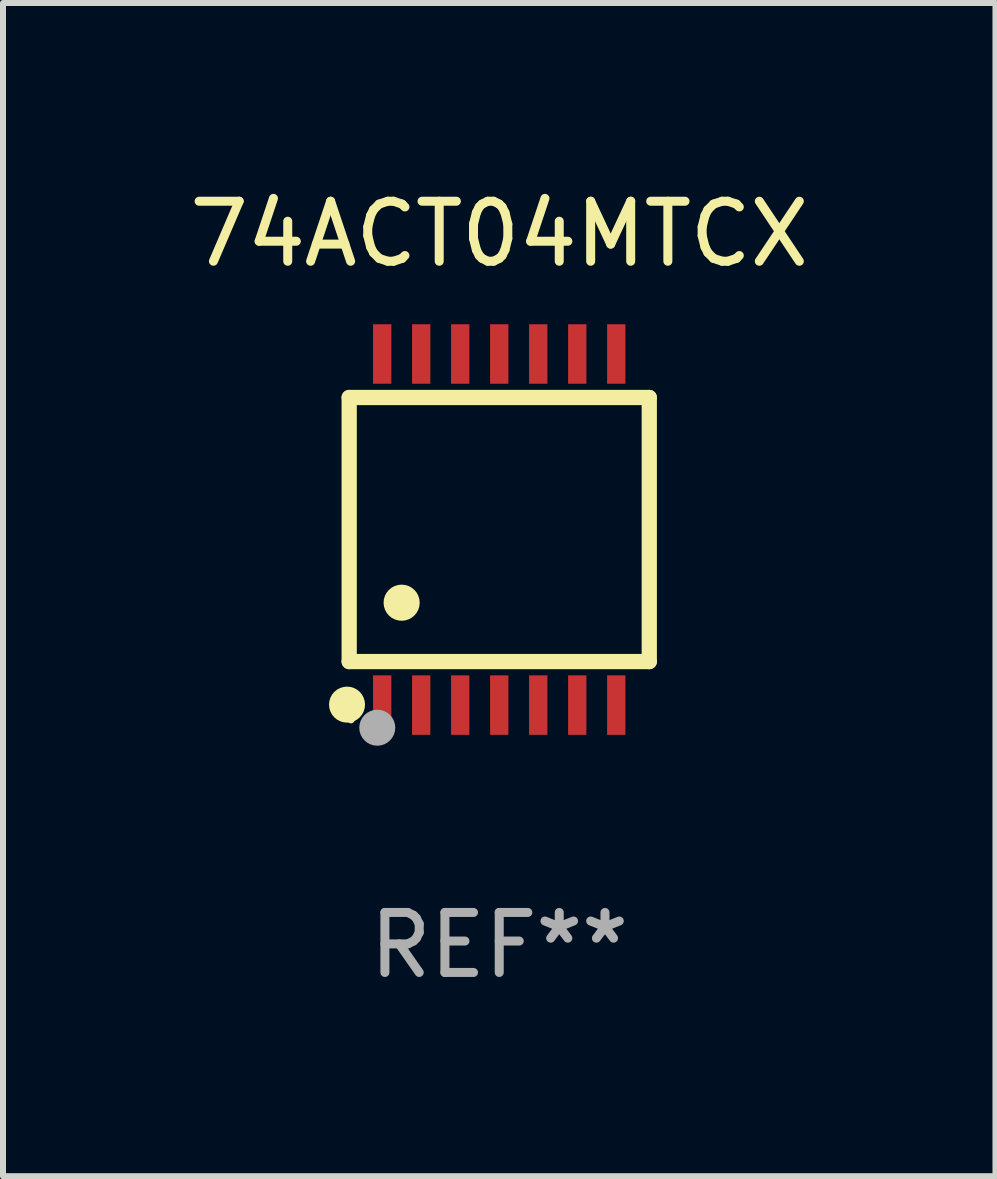
<source format=kicad_pcb>
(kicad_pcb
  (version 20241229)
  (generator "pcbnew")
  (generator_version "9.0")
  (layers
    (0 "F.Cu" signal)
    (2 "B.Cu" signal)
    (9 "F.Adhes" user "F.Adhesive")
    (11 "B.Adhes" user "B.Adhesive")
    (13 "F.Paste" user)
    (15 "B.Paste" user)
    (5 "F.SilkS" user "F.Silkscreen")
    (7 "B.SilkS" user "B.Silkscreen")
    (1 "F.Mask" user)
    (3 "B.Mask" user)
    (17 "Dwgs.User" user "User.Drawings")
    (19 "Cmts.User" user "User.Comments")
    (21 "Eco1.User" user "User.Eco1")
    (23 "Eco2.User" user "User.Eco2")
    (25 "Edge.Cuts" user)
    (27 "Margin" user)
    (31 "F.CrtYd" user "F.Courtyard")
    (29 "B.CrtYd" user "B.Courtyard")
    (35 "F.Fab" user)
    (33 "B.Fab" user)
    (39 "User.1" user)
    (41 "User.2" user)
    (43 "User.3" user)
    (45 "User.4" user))
  (footprint "74ACT04MTCX"
    (layer "F.Cu")
    (at 5.268 5.773)
    (property "Reference" "74ACT04MTCX" (at 0 -4.925 0) (layer "F.SilkS") (effects (font (size 1 1) (thickness 0.15))))
    (attr through_hole)
    (fp_line (start -2.5 2.2) (end -2.5 -2.2) (stroke (width 0.254) (type solid)) (layer "F.SilkS"))
    (fp_line (start -2.5 2.2) (end 2.5 2.2) (stroke (width 0.254) (type solid)) (layer "F.SilkS"))
    (fp_line (start 2.5 -2.2) (end -2.5 -2.2) (stroke (width 0.254) (type solid)) (layer "F.SilkS"))
    (fp_line (start 2.5 -2.2) (end 2.5 2.2) (stroke (width 0.254) (type solid)) (layer "F.SilkS"))
    (fp_circle (center -2.536 2.917) (end -2.386 2.917) (stroke (width 0.3) (type solid)) (fill no) (layer "F.SilkS"))
    (fp_circle (center -2.47 3.17) (end -2.44 3.17) (stroke (width 0.06) (type solid)) (fill no) (layer "F.SilkS"))
    (fp_circle (center -1.626 1.219) (end -1.475 1.219) (stroke (width 0.3) (type solid)) (fill no) (layer "F.SilkS"))
    (fp_circle (center -2.032 3.302) (end -1.882 3.302) (stroke (width 0.3) (type solid)) (fill no) (layer "F.Fab"))
    (fp_text user "REF**" (at 0 6.925 0) (layer "F.Fab") (effects (font (size 1 1) (thickness 0.15))))
    (pad "1" smd rect (at -1.95 2.925) (size 0.305 0.991) (layers "F.Cu" "F.Mask" "F.Paste"))
    (pad "2" smd rect (at -1.3 2.925) (size 0.305 0.991) (layers "F.Cu" "F.Mask" "F.Paste"))
    (pad "3" smd rect (at -0.65 2.925) (size 0.305 0.991) (layers "F.Cu" "F.Mask" "F.Paste"))
    (pad "4" smd rect (at 0 2.925) (size 0.305 0.991) (layers "F.Cu" "F.Mask" "F.Paste"))
    (pad "5" smd rect (at 0.65 2.925) (size 0.305 0.991) (layers "F.Cu" "F.Mask" "F.Paste"))
    (pad "6" smd rect (at 1.3 2.925) (size 0.305 0.991) (layers "F.Cu" "F.Mask" "F.Paste"))
    (pad "7" smd rect (at 1.95 2.925) (size 0.305 0.991) (layers "F.Cu" "F.Mask" "F.Paste"))
    (pad "8" smd rect (at 1.95 -2.925) (size 0.305 0.991) (layers "F.Cu" "F.Mask" "F.Paste"))
    (pad "9" smd rect (at 1.3 -2.925) (size 0.305 0.991) (layers "F.Cu" "F.Mask" "F.Paste"))
    (pad "10" smd rect (at 0.65 -2.925) (size 0.305 0.991) (layers "F.Cu" "F.Mask" "F.Paste"))
    (pad "11" smd rect (at 0 -2.925) (size 0.305 0.991) (layers "F.Cu" "F.Mask" "F.Paste"))
    (pad "12" smd rect (at -0.65 -2.925) (size 0.305 0.991) (layers "F.Cu" "F.Mask" "F.Paste"))
    (pad "13" smd rect (at -1.3 -2.925) (size 0.305 0.991) (layers "F.Cu" "F.Mask" "F.Paste"))
    (pad "14" smd rect (at -1.95 -2.925) (size 0.305 0.991) (layers "F.Cu" "F.Mask" "F.Paste")))
  (gr_rect
    (start -3 -3)
    (end 13.536 16.547)
    (stroke (width 0.1) (type default))
    (fill no)
    (layer "Edge.Cuts")))
</source>
